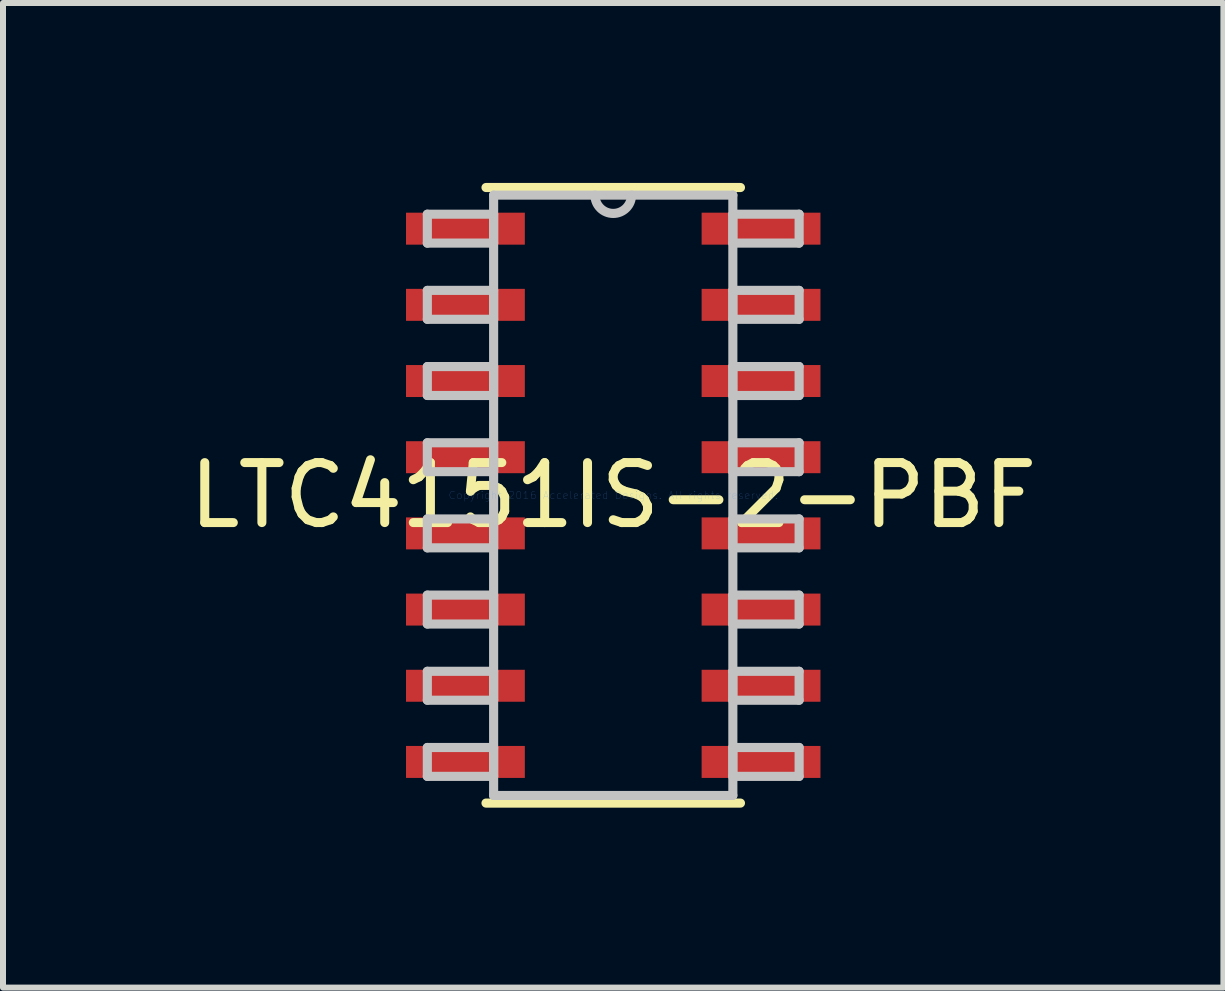
<source format=kicad_pcb>
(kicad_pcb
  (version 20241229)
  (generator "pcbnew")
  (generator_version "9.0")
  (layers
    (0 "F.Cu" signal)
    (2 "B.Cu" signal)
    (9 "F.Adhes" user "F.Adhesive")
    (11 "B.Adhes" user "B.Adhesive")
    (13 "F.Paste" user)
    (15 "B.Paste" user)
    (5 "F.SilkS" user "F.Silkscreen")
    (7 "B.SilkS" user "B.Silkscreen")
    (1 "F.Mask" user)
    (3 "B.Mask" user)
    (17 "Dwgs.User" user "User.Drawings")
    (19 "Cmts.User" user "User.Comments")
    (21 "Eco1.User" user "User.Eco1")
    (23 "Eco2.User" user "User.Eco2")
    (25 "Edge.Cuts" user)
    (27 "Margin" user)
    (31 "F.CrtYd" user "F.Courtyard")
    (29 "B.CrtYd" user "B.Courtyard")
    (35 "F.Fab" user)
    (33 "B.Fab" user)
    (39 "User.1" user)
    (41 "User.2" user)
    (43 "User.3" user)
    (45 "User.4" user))
  (footprint "LTC4151IS-2-PBF"
    (layer "F.Cu")
    (at 7.173 5.207)
    (property "Reference" "LTC4151IS-2-PBF" (at 0 0 0) (layer "F.SilkS") (effects (font (size 1 1) (thickness 0.15))))
    (attr through_hole)
    (fp_line (start -2.121 5.131) (end 2.121 5.131) (stroke (width 0.152) (type solid)) (layer "F.SilkS"))
    (fp_line (start 2.121 -5.131) (end -2.121 -5.131) (stroke (width 0.152) (type solid)) (layer "F.SilkS"))
    (fp_line (start -3.099 -4.686) (end -3.099 -4.204) (stroke (width 0.152) (type solid)) (layer "Dwgs.User"))
    (fp_line (start -3.099 -4.204) (end -1.994 -4.204) (stroke (width 0.152) (type solid)) (layer "Dwgs.User"))
    (fp_line (start -3.099 -3.416) (end -3.099 -2.934) (stroke (width 0.152) (type solid)) (layer "Dwgs.User"))
    (fp_line (start -3.099 -2.934) (end -1.994 -2.934) (stroke (width 0.152) (type solid)) (layer "Dwgs.User"))
    (fp_line (start -3.099 -2.146) (end -3.099 -1.664) (stroke (width 0.152) (type solid)) (layer "Dwgs.User"))
    (fp_line (start -3.099 -1.664) (end -1.994 -1.664) (stroke (width 0.152) (type solid)) (layer "Dwgs.User"))
    (fp_line (start -3.099 -0.876) (end -3.099 -0.394) (stroke (width 0.152) (type solid)) (layer "Dwgs.User"))
    (fp_line (start -3.099 -0.394) (end -1.994 -0.394) (stroke (width 0.152) (type solid)) (layer "Dwgs.User"))
    (fp_line (start -3.099 0.394) (end -3.099 0.876) (stroke (width 0.152) (type solid)) (layer "Dwgs.User"))
    (fp_line (start -3.099 0.876) (end -1.994 0.876) (stroke (width 0.152) (type solid)) (layer "Dwgs.User"))
    (fp_line (start -3.099 1.664) (end -3.099 2.146) (stroke (width 0.152) (type solid)) (layer "Dwgs.User"))
    (fp_line (start -3.099 2.146) (end -1.994 2.146) (stroke (width 0.152) (type solid)) (layer "Dwgs.User"))
    (fp_line (start -3.099 2.934) (end -3.099 3.416) (stroke (width 0.152) (type solid)) (layer "Dwgs.User"))
    (fp_line (start -3.099 3.416) (end -1.994 3.416) (stroke (width 0.152) (type solid)) (layer "Dwgs.User"))
    (fp_line (start -3.099 4.204) (end -3.099 4.686) (stroke (width 0.152) (type solid)) (layer "Dwgs.User"))
    (fp_line (start -3.099 4.686) (end -1.994 4.686) (stroke (width 0.152) (type solid)) (layer "Dwgs.User"))
    (fp_line (start -1.994 -5.004) (end -1.994 5.004) (stroke (width 0.152) (type solid)) (layer "Dwgs.User"))
    (fp_line (start -1.994 -4.686) (end -3.099 -4.686) (stroke (width 0.152) (type solid)) (layer "Dwgs.User"))
    (fp_line (start -1.994 -4.204) (end -1.994 -4.686) (stroke (width 0.152) (type solid)) (layer "Dwgs.User"))
    (fp_line (start -1.994 -3.416) (end -3.099 -3.416) (stroke (width 0.152) (type solid)) (layer "Dwgs.User"))
    (fp_line (start -1.994 -2.934) (end -1.994 -3.416) (stroke (width 0.152) (type solid)) (layer "Dwgs.User"))
    (fp_line (start -1.994 -2.146) (end -3.099 -2.146) (stroke (width 0.152) (type solid)) (layer "Dwgs.User"))
    (fp_line (start -1.994 -1.664) (end -1.994 -2.146) (stroke (width 0.152) (type solid)) (layer "Dwgs.User"))
    (fp_line (start -1.994 -0.876) (end -3.099 -0.876) (stroke (width 0.152) (type solid)) (layer "Dwgs.User"))
    (fp_line (start -1.994 -0.394) (end -1.994 -0.876) (stroke (width 0.152) (type solid)) (layer "Dwgs.User"))
    (fp_line (start -1.994 0.394) (end -3.099 0.394) (stroke (width 0.152) (type solid)) (layer "Dwgs.User"))
    (fp_line (start -1.994 0.876) (end -1.994 0.394) (stroke (width 0.152) (type solid)) (layer "Dwgs.User"))
    (fp_line (start -1.994 1.664) (end -3.099 1.664) (stroke (width 0.152) (type solid)) (layer "Dwgs.User"))
    (fp_line (start -1.994 2.146) (end -1.994 1.664) (stroke (width 0.152) (type solid)) (layer "Dwgs.User"))
    (fp_line (start -1.994 2.934) (end -3.099 2.934) (stroke (width 0.152) (type solid)) (layer "Dwgs.User"))
    (fp_line (start -1.994 3.416) (end -1.994 2.934) (stroke (width 0.152) (type solid)) (layer "Dwgs.User"))
    (fp_line (start -1.994 4.204) (end -3.099 4.204) (stroke (width 0.152) (type solid)) (layer "Dwgs.User"))
    (fp_line (start -1.994 4.686) (end -1.994 4.204) (stroke (width 0.152) (type solid)) (layer "Dwgs.User"))
    (fp_line (start -1.994 5.004) (end 1.994 5.004) (stroke (width 0.152) (type solid)) (layer "Dwgs.User"))
    (fp_line (start 1.994 -5.004) (end -1.994 -5.004) (stroke (width 0.152) (type solid)) (layer "Dwgs.User"))
    (fp_line (start 1.994 -4.686) (end 1.994 -4.204) (stroke (width 0.152) (type solid)) (layer "Dwgs.User"))
    (fp_line (start 1.994 -4.204) (end 3.099 -4.204) (stroke (width 0.152) (type solid)) (layer "Dwgs.User"))
    (fp_line (start 1.994 -3.416) (end 1.994 -2.934) (stroke (width 0.152) (type solid)) (layer "Dwgs.User"))
    (fp_line (start 1.994 -2.934) (end 3.099 -2.934) (stroke (width 0.152) (type solid)) (layer "Dwgs.User"))
    (fp_line (start 1.994 -2.146) (end 1.994 -1.664) (stroke (width 0.152) (type solid)) (layer "Dwgs.User"))
    (fp_line (start 1.994 -1.664) (end 3.099 -1.664) (stroke (width 0.152) (type solid)) (layer "Dwgs.User"))
    (fp_line (start 1.994 -0.876) (end 1.994 -0.394) (stroke (width 0.152) (type solid)) (layer "Dwgs.User"))
    (fp_line (start 1.994 -0.394) (end 3.099 -0.394) (stroke (width 0.152) (type solid)) (layer "Dwgs.User"))
    (fp_line (start 1.994 0.394) (end 1.994 0.876) (stroke (width 0.152) (type solid)) (layer "Dwgs.User"))
    (fp_line (start 1.994 0.876) (end 3.099 0.876) (stroke (width 0.152) (type solid)) (layer "Dwgs.User"))
    (fp_line (start 1.994 1.664) (end 1.994 2.146) (stroke (width 0.152) (type solid)) (layer "Dwgs.User"))
    (fp_line (start 1.994 2.146) (end 3.099 2.146) (stroke (width 0.152) (type solid)) (layer "Dwgs.User"))
    (fp_line (start 1.994 2.934) (end 1.994 3.416) (stroke (width 0.152) (type solid)) (layer "Dwgs.User"))
    (fp_line (start 1.994 3.416) (end 3.099 3.416) (stroke (width 0.152) (type solid)) (layer "Dwgs.User"))
    (fp_line (start 1.994 4.204) (end 1.994 4.686) (stroke (width 0.152) (type solid)) (layer "Dwgs.User"))
    (fp_line (start 1.994 4.686) (end 3.099 4.686) (stroke (width 0.152) (type solid)) (layer "Dwgs.User"))
    (fp_line (start 1.994 5.004) (end 1.994 -5.004) (stroke (width 0.152) (type solid)) (layer "Dwgs.User"))
    (fp_line (start 3.099 -4.686) (end 1.994 -4.686) (stroke (width 0.152) (type solid)) (layer "Dwgs.User"))
    (fp_line (start 3.099 -4.204) (end 3.099 -4.686) (stroke (width 0.152) (type solid)) (layer "Dwgs.User"))
    (fp_line (start 3.099 -3.416) (end 1.994 -3.416) (stroke (width 0.152) (type solid)) (layer "Dwgs.User"))
    (fp_line (start 3.099 -2.934) (end 3.099 -3.416) (stroke (width 0.152) (type solid)) (layer "Dwgs.User"))
    (fp_line (start 3.099 -2.146) (end 1.994 -2.146) (stroke (width 0.152) (type solid)) (layer "Dwgs.User"))
    (fp_line (start 3.099 -1.664) (end 3.099 -2.146) (stroke (width 0.152) (type solid)) (layer "Dwgs.User"))
    (fp_line (start 3.099 -0.876) (end 1.994 -0.876) (stroke (width 0.152) (type solid)) (layer "Dwgs.User"))
    (fp_line (start 3.099 -0.394) (end 3.099 -0.876) (stroke (width 0.152) (type solid)) (layer "Dwgs.User"))
    (fp_line (start 3.099 0.394) (end 1.994 0.394) (stroke (width 0.152) (type solid)) (layer "Dwgs.User"))
    (fp_line (start 3.099 0.876) (end 3.099 0.394) (stroke (width 0.152) (type solid)) (layer "Dwgs.User"))
    (fp_line (start 3.099 1.664) (end 1.994 1.664) (stroke (width 0.152) (type solid)) (layer "Dwgs.User"))
    (fp_line (start 3.099 2.146) (end 3.099 1.664) (stroke (width 0.152) (type solid)) (layer "Dwgs.User"))
    (fp_line (start 3.099 2.934) (end 1.994 2.934) (stroke (width 0.152) (type solid)) (layer "Dwgs.User"))
    (fp_line (start 3.099 3.416) (end 3.099 2.934) (stroke (width 0.152) (type solid)) (layer "Dwgs.User"))
    (fp_line (start 3.099 4.204) (end 1.994 4.204) (stroke (width 0.152) (type solid)) (layer "Dwgs.User"))
    (fp_line (start 3.099 4.686) (end 3.099 4.204) (stroke (width 0.152) (type solid)) (layer "Dwgs.User"))
    (fp_arc (start 0.3048 -5.0038) (mid 0 -4.699) (end -0.3048 -5.0038) (stroke (width 0.1524) (type solid)) (layer "Dwgs.User"))
    (fp_text user "Copyright 2016 Accelerated Designs. All rights reserved." (at 0 0 0) (layer "Cmts.User") (effects (font (size 0.127 0.127) (thickness 0.002))))
    (pad "" smd rect (at -2.464 -4.445) (size 1.981 0.533) (layers "F.Mask"))
    (pad "" smd rect (at -2.464 -4.445) (size 1.981 0.533) (layers "F.Paste"))
    (pad "" smd rect (at -2.464 -3.175) (size 1.981 0.533) (layers "F.Mask"))
    (pad "" smd rect (at -2.464 -3.175) (size 1.981 0.533) (layers "F.Paste"))
    (pad "" smd rect (at -2.464 -1.905) (size 1.981 0.533) (layers "F.Mask"))
    (pad "" smd rect (at -2.464 -1.905) (size 1.981 0.533) (layers "F.Paste"))
    (pad "" smd rect (at -2.464 -0.635) (size 1.981 0.533) (layers "F.Mask"))
    (pad "" smd rect (at -2.464 -0.635) (size 1.981 0.533) (layers "F.Paste"))
    (pad "" smd rect (at -2.464 0.635) (size 1.981 0.533) (layers "F.Mask"))
    (pad "" smd rect (at -2.464 0.635) (size 1.981 0.533) (layers "F.Paste"))
    (pad "" smd rect (at -2.464 1.905) (size 1.981 0.533) (layers "F.Mask"))
    (pad "" smd rect (at -2.464 1.905) (size 1.981 0.533) (layers "F.Paste"))
    (pad "" smd rect (at -2.464 3.175) (size 1.981 0.533) (layers "F.Mask"))
    (pad "" smd rect (at -2.464 3.175) (size 1.981 0.533) (layers "F.Paste"))
    (pad "" smd rect (at -2.464 4.445) (size 1.981 0.533) (layers "F.Mask"))
    (pad "" smd rect (at -2.464 4.445) (size 1.981 0.533) (layers "F.Paste"))
    (pad "" smd rect (at 2.464 -4.445) (size 1.981 0.533) (layers "F.Mask"))
    (pad "" smd rect (at 2.464 -4.445) (size 1.981 0.533) (layers "F.Paste"))
    (pad "" smd rect (at 2.464 -3.175) (size 1.981 0.533) (layers "F.Mask"))
    (pad "" smd rect (at 2.464 -3.175) (size 1.981 0.533) (layers "F.Paste"))
    (pad "" smd rect (at 2.464 -1.905) (size 1.981 0.533) (layers "F.Mask"))
    (pad "" smd rect (at 2.464 -1.905) (size 1.981 0.533) (layers "F.Paste"))
    (pad "" smd rect (at 2.464 -0.635) (size 1.981 0.533) (layers "F.Mask"))
    (pad "" smd rect (at 2.464 -0.635) (size 1.981 0.533) (layers "F.Paste"))
    (pad "" smd rect (at 2.464 0.635) (size 1.981 0.533) (layers "F.Mask"))
    (pad "" smd rect (at 2.464 0.635) (size 1.981 0.533) (layers "F.Paste"))
    (pad "" smd rect (at 2.464 1.905) (size 1.981 0.533) (layers "F.Mask"))
    (pad "" smd rect (at 2.464 1.905) (size 1.981 0.533) (layers "F.Paste"))
    (pad "" smd rect (at 2.464 3.175) (size 1.981 0.533) (layers "F.Mask"))
    (pad "" smd rect (at 2.464 3.175) (size 1.981 0.533) (layers "F.Paste"))
    (pad "" smd rect (at 2.464 4.445) (size 1.981 0.533) (layers "F.Mask"))
    (pad "" smd rect (at 2.464 4.445) (size 1.981 0.533) (layers "F.Paste"))
    (pad "1" smd rect (at -2.464 -4.445) (size 1.981 0.533) (layers "F.Cu"))
    (pad "2" smd rect (at -2.464 -3.175) (size 1.981 0.533) (layers "F.Cu"))
    (pad "3" smd rect (at -2.464 -1.905) (size 1.981 0.533) (layers "F.Cu"))
    (pad "4" smd rect (at -2.464 -0.635) (size 1.981 0.533) (layers "F.Cu"))
    (pad "5" smd rect (at -2.464 0.635) (size 1.981 0.533) (layers "F.Cu"))
    (pad "6" smd rect (at -2.464 1.905) (size 1.981 0.533) (layers "F.Cu"))
    (pad "7" smd rect (at -2.464 3.175) (size 1.981 0.533) (layers "F.Cu"))
    (pad "8" smd rect (at -2.464 4.445) (size 1.981 0.533) (layers "F.Cu"))
    (pad "9" smd rect (at 2.464 4.445) (size 1.981 0.533) (layers "F.Cu"))
    (pad "10" smd rect (at 2.464 3.175) (size 1.981 0.533) (layers "F.Cu"))
    (pad "11" smd rect (at 2.464 1.905) (size 1.981 0.533) (layers "F.Cu"))
    (pad "12" smd rect (at 2.464 0.635) (size 1.981 0.533) (layers "F.Cu"))
    (pad "13" smd rect (at 2.464 -0.635) (size 1.981 0.533) (layers "F.Cu"))
    (pad "14" smd rect (at 2.464 -1.905) (size 1.981 0.533) (layers "F.Cu"))
    (pad "15" smd rect (at 2.464 -3.175) (size 1.981 0.533) (layers "F.Cu"))
    (pad "16" smd rect (at 2.464 -4.445) (size 1.981 0.533) (layers "F.Cu")))
  (gr_rect
    (start -3 -3)
    (end 17.345 13.414)
    (stroke (width 0.1) (type default))
    (fill no)
    (layer "Edge.Cuts")))
</source>
